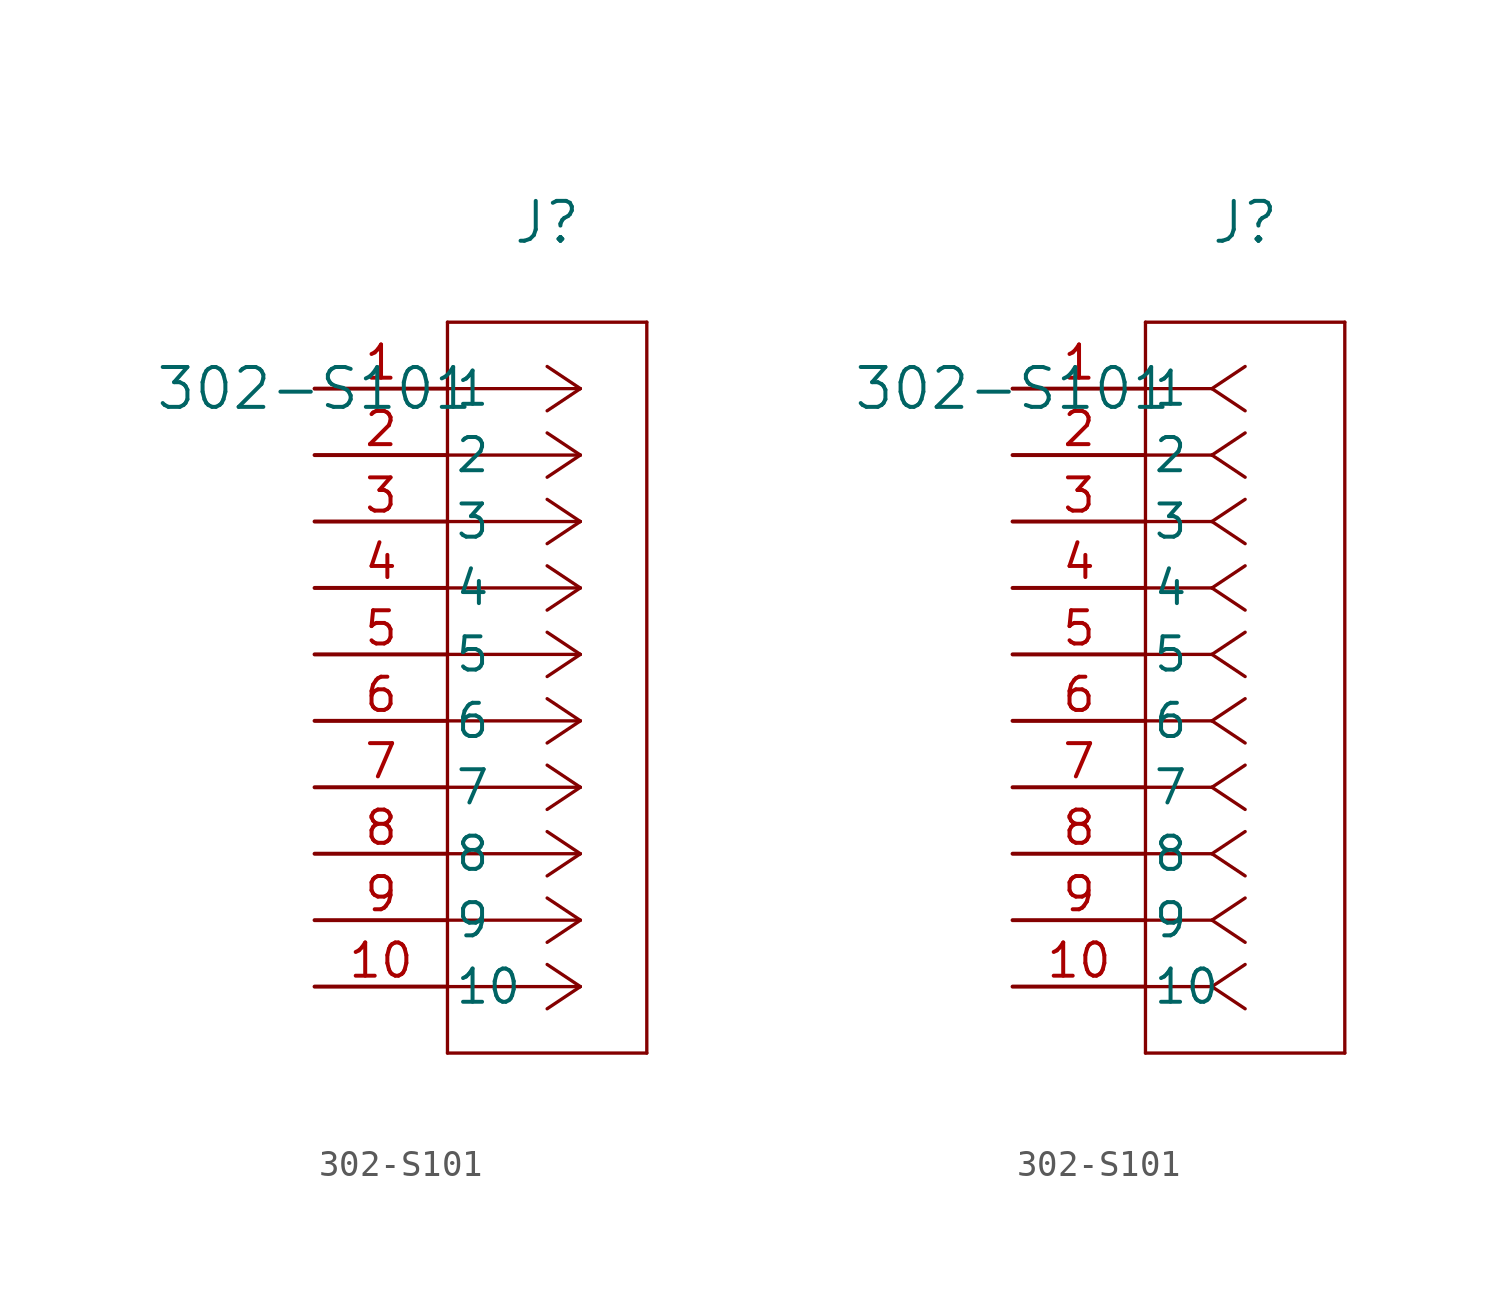
<source format=kicad_sym>
(kicad_symbol_lib
  (version 20211014)
  (generator kicad_symbol_editor)
  (symbol "302-S101"
    (pin_names
      (offset 0.254))
    (property "Reference" "J"
      (at 8.89 6.35 0)
      (effects (font (size 1.524 1.524))))
    (property "Value" "302-S101"
      (at 0 0 0)
      (effects (font (size 1.524 1.524))))
    (symbol "302-S101_1_1"
      (polyline (pts (xy 10.16 0) (xy 5.08 0)) (stroke (width 0.127) (type default) (color 0 0 0 0)) (fill (type none)))
      (polyline (pts (xy 10.16 -2.54) (xy 5.08 -2.54)) (stroke (width 0.127) (type default) (color 0 0 0 0)) (fill (type none)))
      (polyline (pts (xy 10.16 -5.08) (xy 5.08 -5.08)) (stroke (width 0.127) (type default) (color 0 0 0 0)) (fill (type none)))
      (polyline (pts (xy 10.16 -7.62) (xy 5.08 -7.62)) (stroke (width 0.127) (type default) (color 0 0 0 0)) (fill (type none)))
      (polyline (pts (xy 10.16 -10.16) (xy 5.08 -10.16)) (stroke (width 0.127) (type default) (color 0 0 0 0)) (fill (type none)))
      (polyline (pts (xy 10.16 -12.7) (xy 5.08 -12.7)) (stroke (width 0.127) (type default) (color 0 0 0 0)) (fill (type none)))
      (polyline (pts (xy 10.16 -15.24) (xy 5.08 -15.24)) (stroke (width 0.127) (type default) (color 0 0 0 0)) (fill (type none)))
      (polyline (pts (xy 10.16 -17.78) (xy 5.08 -17.78)) (stroke (width 0.127) (type default) (color 0 0 0 0)) (fill (type none)))
      (polyline (pts (xy 10.16 -20.32) (xy 5.08 -20.32)) (stroke (width 0.127) (type default) (color 0 0 0 0)) (fill (type none)))
      (polyline (pts (xy 10.16 -22.86) (xy 5.08 -22.86)) (stroke (width 0.127) (type default) (color 0 0 0 0)) (fill (type none)))
      (polyline (pts (xy 10.16 0) (xy 8.89 0.847)) (stroke (width 0.127) (type default) (color 0 0 0 0)) (fill (type none)))
      (polyline (pts (xy 10.16 -2.54) (xy 8.89 -1.693)) (stroke (width 0.127) (type default) (color 0 0 0 0)) (fill (type none)))
      (polyline (pts (xy 10.16 -5.08) (xy 8.89 -4.233)) (stroke (width 0.127) (type default) (color 0 0 0 0)) (fill (type none)))
      (polyline (pts (xy 10.16 -7.62) (xy 8.89 -6.773)) (stroke (width 0.127) (type default) (color 0 0 0 0)) (fill (type none)))
      (polyline (pts (xy 10.16 -10.16) (xy 8.89 -9.313)) (stroke (width 0.127) (type default) (color 0 0 0 0)) (fill (type none)))
      (polyline (pts (xy 10.16 -12.7) (xy 8.89 -11.853)) (stroke (width 0.127) (type default) (color 0 0 0 0)) (fill (type none)))
      (polyline (pts (xy 10.16 -15.24) (xy 8.89 -14.393)) (stroke (width 0.127) (type default) (color 0 0 0 0)) (fill (type none)))
      (polyline (pts (xy 10.16 -17.78) (xy 8.89 -16.933)) (stroke (width 0.127) (type default) (color 0 0 0 0)) (fill (type none)))
      (polyline (pts (xy 10.16 -20.32) (xy 8.89 -19.473)) (stroke (width 0.127) (type default) (color 0 0 0 0)) (fill (type none)))
      (polyline (pts (xy 10.16 -22.86) (xy 8.89 -22.013)) (stroke (width 0.127) (type default) (color 0 0 0 0)) (fill (type none)))
      (polyline (pts (xy 10.16 0) (xy 8.89 -0.847)) (stroke (width 0.127) (type default) (color 0 0 0 0)) (fill (type none)))
      (polyline (pts (xy 10.16 -2.54) (xy 8.89 -3.387)) (stroke (width 0.127) (type default) (color 0 0 0 0)) (fill (type none)))
      (polyline (pts (xy 10.16 -5.08) (xy 8.89 -5.927)) (stroke (width 0.127) (type default) (color 0 0 0 0)) (fill (type none)))
      (polyline (pts (xy 10.16 -7.62) (xy 8.89 -8.467)) (stroke (width 0.127) (type default) (color 0 0 0 0)) (fill (type none)))
      (polyline (pts (xy 10.16 -10.16) (xy 8.89 -11.007)) (stroke (width 0.127) (type default) (color 0 0 0 0)) (fill (type none)))
      (polyline (pts (xy 10.16 -12.7) (xy 8.89 -13.547)) (stroke (width 0.127) (type default) (color 0 0 0 0)) (fill (type none)))
      (polyline (pts (xy 10.16 -15.24) (xy 8.89 -16.087)) (stroke (width 0.127) (type default) (color 0 0 0 0)) (fill (type none)))
      (polyline (pts (xy 10.16 -17.78) (xy 8.89 -18.627)) (stroke (width 0.127) (type default) (color 0 0 0 0)) (fill (type none)))
      (polyline (pts (xy 10.16 -20.32) (xy 8.89 -21.167)) (stroke (width 0.127) (type default) (color 0 0 0 0)) (fill (type none)))
      (polyline (pts (xy 10.16 -22.86) (xy 8.89 -23.707)) (stroke (width 0.127) (type default) (color 0 0 0 0)) (fill (type none)))
      (polyline (pts (xy 5.08 2.54) (xy 5.08 -25.4)) (stroke (width 0.127) (type default) (color 0 0 0 0)) (fill (type none)))
      (polyline (pts (xy 5.08 -25.4) (xy 12.7 -25.4)) (stroke (width 0.127) (type default) (color 0 0 0 0)) (fill (type none)))
      (polyline (pts (xy 12.7 -25.4) (xy 12.7 2.54)) (stroke (width 0.127) (type default) (color 0 0 0 0)) (fill (type none)))
      (polyline (pts (xy 12.7 2.54) (xy 5.08 2.54)) (stroke (width 0.127) (type default) (color 0 0 0 0)) (fill (type none)))
      (pin unspecified line (at 0 0 0) (length 5.08) (name "1" (effects (font (size 1.27 1.27)))) (number "1" (effects (font (size 1.27 1.27)))))
      (pin unspecified line (at 0 -2.54 0) (length 5.08) (name "2" (effects (font (size 1.27 1.27)))) (number "2" (effects (font (size 1.27 1.27)))))
      (pin unspecified line (at 0 -5.08 0) (length 5.08) (name "3" (effects (font (size 1.27 1.27)))) (number "3" (effects (font (size 1.27 1.27)))))
      (pin unspecified line (at 0 -7.62 0) (length 5.08) (name "4" (effects (font (size 1.27 1.27)))) (number "4" (effects (font (size 1.27 1.27)))))
      (pin unspecified line (at 0 -10.16 0) (length 5.08) (name "5" (effects (font (size 1.27 1.27)))) (number "5" (effects (font (size 1.27 1.27)))))
      (pin unspecified line (at 0 -12.7 0) (length 5.08) (name "6" (effects (font (size 1.27 1.27)))) (number "6" (effects (font (size 1.27 1.27)))))
      (pin unspecified line (at 0 -15.24 0) (length 5.08) (name "7" (effects (font (size 1.27 1.27)))) (number "7" (effects (font (size 1.27 1.27)))))
      (pin unspecified line (at 0 -17.78 0) (length 5.08) (name "8" (effects (font (size 1.27 1.27)))) (number "8" (effects (font (size 1.27 1.27)))))
      (pin unspecified line (at 0 -20.32 0) (length 5.08) (name "9" (effects (font (size 1.27 1.27)))) (number "9" (effects (font (size 1.27 1.27)))))
      (pin unspecified line (at 0 -22.86 0) (length 5.08) (name "10" (effects (font (size 1.27 1.27)))) (number "10" (effects (font (size 1.27 1.27))))))
    (symbol "302-S101_1_2"
      (polyline (pts (xy 7.62 0) (xy 5.08 0)) (stroke (width 0.127) (type default) (color 0 0 0 0)) (fill (type none)))
      (polyline (pts (xy 7.62 -2.54) (xy 5.08 -2.54)) (stroke (width 0.127) (type default) (color 0 0 0 0)) (fill (type none)))
      (polyline (pts (xy 7.62 -5.08) (xy 5.08 -5.08)) (stroke (width 0.127) (type default) (color 0 0 0 0)) (fill (type none)))
      (polyline (pts (xy 7.62 -7.62) (xy 5.08 -7.62)) (stroke (width 0.127) (type default) (color 0 0 0 0)) (fill (type none)))
      (polyline (pts (xy 7.62 -10.16) (xy 5.08 -10.16)) (stroke (width 0.127) (type default) (color 0 0 0 0)) (fill (type none)))
      (polyline (pts (xy 7.62 -12.7) (xy 5.08 -12.7)) (stroke (width 0.127) (type default) (color 0 0 0 0)) (fill (type none)))
      (polyline (pts (xy 7.62 -15.24) (xy 5.08 -15.24)) (stroke (width 0.127) (type default) (color 0 0 0 0)) (fill (type none)))
      (polyline (pts (xy 7.62 -17.78) (xy 5.08 -17.78)) (stroke (width 0.127) (type default) (color 0 0 0 0)) (fill (type none)))
      (polyline (pts (xy 7.62 -20.32) (xy 5.08 -20.32)) (stroke (width 0.127) (type default) (color 0 0 0 0)) (fill (type none)))
      (polyline (pts (xy 7.62 -22.86) (xy 5.08 -22.86)) (stroke (width 0.127) (type default) (color 0 0 0 0)) (fill (type none)))
      (polyline (pts (xy 7.62 0) (xy 8.89 0.847)) (stroke (width 0.127) (type default) (color 0 0 0 0)) (fill (type none)))
      (polyline (pts (xy 7.62 -2.54) (xy 8.89 -1.693)) (stroke (width 0.127) (type default) (color 0 0 0 0)) (fill (type none)))
      (polyline (pts (xy 7.62 -5.08) (xy 8.89 -4.233)) (stroke (width 0.127) (type default) (color 0 0 0 0)) (fill (type none)))
      (polyline (pts (xy 7.62 -7.62) (xy 8.89 -6.773)) (stroke (width 0.127) (type default) (color 0 0 0 0)) (fill (type none)))
      (polyline (pts (xy 7.62 -10.16) (xy 8.89 -9.313)) (stroke (width 0.127) (type default) (color 0 0 0 0)) (fill (type none)))
      (polyline (pts (xy 7.62 -12.7) (xy 8.89 -11.853)) (stroke (width 0.127) (type default) (color 0 0 0 0)) (fill (type none)))
      (polyline (pts (xy 7.62 -15.24) (xy 8.89 -14.393)) (stroke (width 0.127) (type default) (color 0 0 0 0)) (fill (type none)))
      (polyline (pts (xy 7.62 -17.78) (xy 8.89 -16.933)) (stroke (width 0.127) (type default) (color 0 0 0 0)) (fill (type none)))
      (polyline (pts (xy 7.62 -20.32) (xy 8.89 -19.473)) (stroke (width 0.127) (type default) (color 0 0 0 0)) (fill (type none)))
      (polyline (pts (xy 7.62 -22.86) (xy 8.89 -22.013)) (stroke (width 0.127) (type default) (color 0 0 0 0)) (fill (type none)))
      (polyline (pts (xy 7.62 0) (xy 8.89 -0.847)) (stroke (width 0.127) (type default) (color 0 0 0 0)) (fill (type none)))
      (polyline (pts (xy 7.62 -2.54) (xy 8.89 -3.387)) (stroke (width 0.127) (type default) (color 0 0 0 0)) (fill (type none)))
      (polyline (pts (xy 7.62 -5.08) (xy 8.89 -5.927)) (stroke (width 0.127) (type default) (color 0 0 0 0)) (fill (type none)))
      (polyline (pts (xy 7.62 -7.62) (xy 8.89 -8.467)) (stroke (width 0.127) (type default) (color 0 0 0 0)) (fill (type none)))
      (polyline (pts (xy 7.62 -10.16) (xy 8.89 -11.007)) (stroke (width 0.127) (type default) (color 0 0 0 0)) (fill (type none)))
      (polyline (pts (xy 7.62 -12.7) (xy 8.89 -13.547)) (stroke (width 0.127) (type default) (color 0 0 0 0)) (fill (type none)))
      (polyline (pts (xy 7.62 -15.24) (xy 8.89 -16.087)) (stroke (width 0.127) (type default) (color 0 0 0 0)) (fill (type none)))
      (polyline (pts (xy 7.62 -17.78) (xy 8.89 -18.627)) (stroke (width 0.127) (type default) (color 0 0 0 0)) (fill (type none)))
      (polyline (pts (xy 7.62 -20.32) (xy 8.89 -21.167)) (stroke (width 0.127) (type default) (color 0 0 0 0)) (fill (type none)))
      (polyline (pts (xy 7.62 -22.86) (xy 8.89 -23.707)) (stroke (width 0.127) (type default) (color 0 0 0 0)) (fill (type none)))
      (polyline (pts (xy 5.08 2.54) (xy 5.08 -25.4)) (stroke (width 0.127) (type default) (color 0 0 0 0)) (fill (type none)))
      (polyline (pts (xy 5.08 -25.4) (xy 12.7 -25.4)) (stroke (width 0.127) (type default) (color 0 0 0 0)) (fill (type none)))
      (polyline (pts (xy 12.7 -25.4) (xy 12.7 2.54)) (stroke (width 0.127) (type default) (color 0 0 0 0)) (fill (type none)))
      (polyline (pts (xy 12.7 2.54) (xy 5.08 2.54)) (stroke (width 0.127) (type default) (color 0 0 0 0)) (fill (type none)))
      (pin unspecified line (at 0 0 0) (length 5.08) (name "1" (effects (font (size 1.27 1.27)))) (number "1" (effects (font (size 1.27 1.27)))))
      (pin unspecified line (at 0 -2.54 0) (length 5.08) (name "2" (effects (font (size 1.27 1.27)))) (number "2" (effects (font (size 1.27 1.27)))))
      (pin unspecified line (at 0 -5.08 0) (length 5.08) (name "3" (effects (font (size 1.27 1.27)))) (number "3" (effects (font (size 1.27 1.27)))))
      (pin unspecified line (at 0 -7.62 0) (length 5.08) (name "4" (effects (font (size 1.27 1.27)))) (number "4" (effects (font (size 1.27 1.27)))))
      (pin unspecified line (at 0 -10.16 0) (length 5.08) (name "5" (effects (font (size 1.27 1.27)))) (number "5" (effects (font (size 1.27 1.27)))))
      (pin unspecified line (at 0 -12.7 0) (length 5.08) (name "6" (effects (font (size 1.27 1.27)))) (number "6" (effects (font (size 1.27 1.27)))))
      (pin unspecified line (at 0 -15.24 0) (length 5.08) (name "7" (effects (font (size 1.27 1.27)))) (number "7" (effects (font (size 1.27 1.27)))))
      (pin unspecified line (at 0 -17.78 0) (length 5.08) (name "8" (effects (font (size 1.27 1.27)))) (number "8" (effects (font (size 1.27 1.27)))))
      (pin unspecified line (at 0 -20.32 0) (length 5.08) (name "9" (effects (font (size 1.27 1.27)))) (number "9" (effects (font (size 1.27 1.27)))))
      (pin unspecified line (at 0 -22.86 0) (length 5.08) (name "10" (effects (font (size 1.27 1.27)))) (number "10" (effects (font (size 1.27 1.27))))))))
</source>
